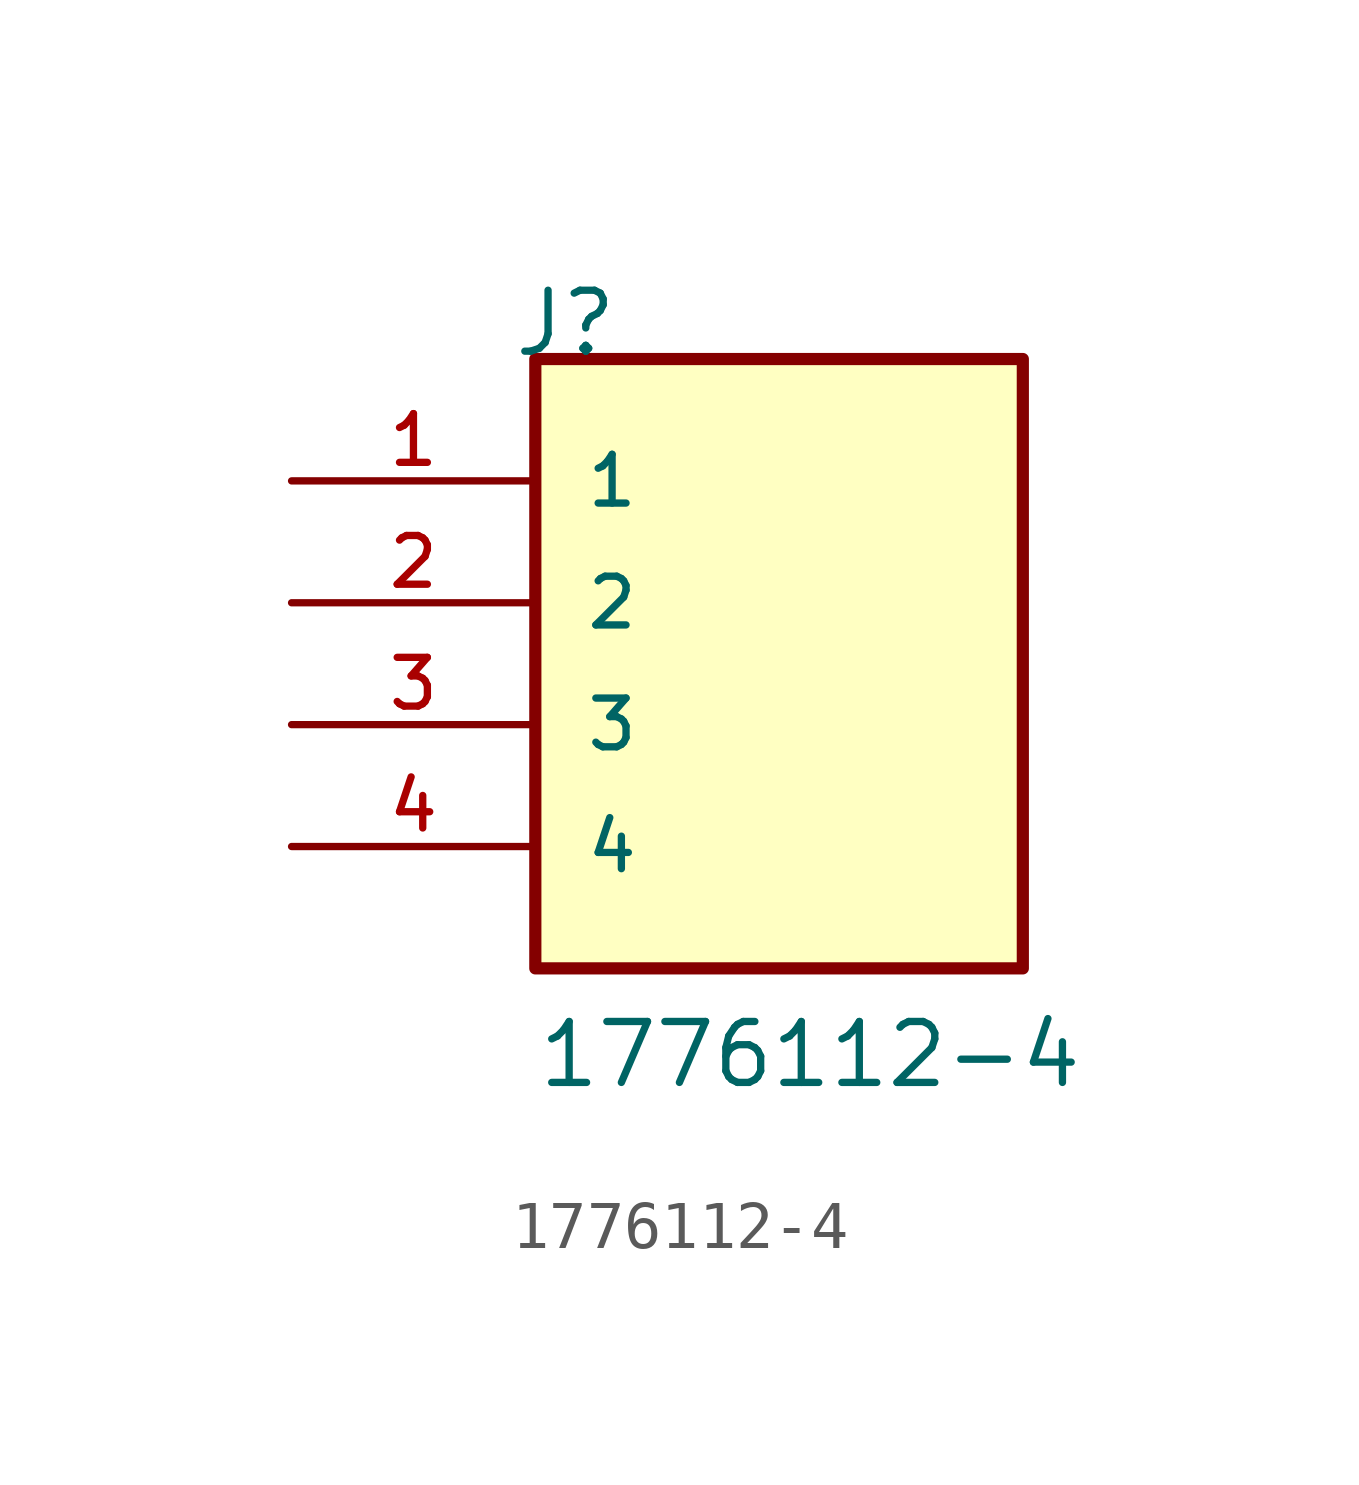
<source format=kicad_sym>
(kicad_symbol_lib
  (version 20211014)
  (generator kicad_symbol_editor)
  (symbol "1776112-4"
    (pin_names
      (offset 1.016))
    (property "Reference" "J"
      (at -5.58 7.62 0)
      (effects (font (size 1.27 1.27)) (justify bottom left)))
    (property "Value" "1776112-4"
      (at -5.08 -7.62 0)
      (effects (font (size 1.27 1.27)) (justify bottom left)))
    (symbol "1776112-4_0_0"
      (rectangle (start -5.08 -5.08) (end 5.08 7.62) (stroke (width 0.254)) (fill (type background)))
      (pin passive line (at -10.16 5.08 0) (length 5.08) (name "1" (effects (font (size 1.016 1.016)))) (number "1" (effects (font (size 1.016 1.016)))))
      (pin passive line (at -10.16 2.54 0) (length 5.08) (name "2" (effects (font (size 1.016 1.016)))) (number "2" (effects (font (size 1.016 1.016)))))
      (pin passive line (at -10.16 0.0 0) (length 5.08) (name "3" (effects (font (size 1.016 1.016)))) (number "3" (effects (font (size 1.016 1.016)))))
      (pin passive line (at -10.16 -2.54 0) (length 5.08) (name "4" (effects (font (size 1.016 1.016)))) (number "4" (effects (font (size 1.016 1.016))))))))
</source>
